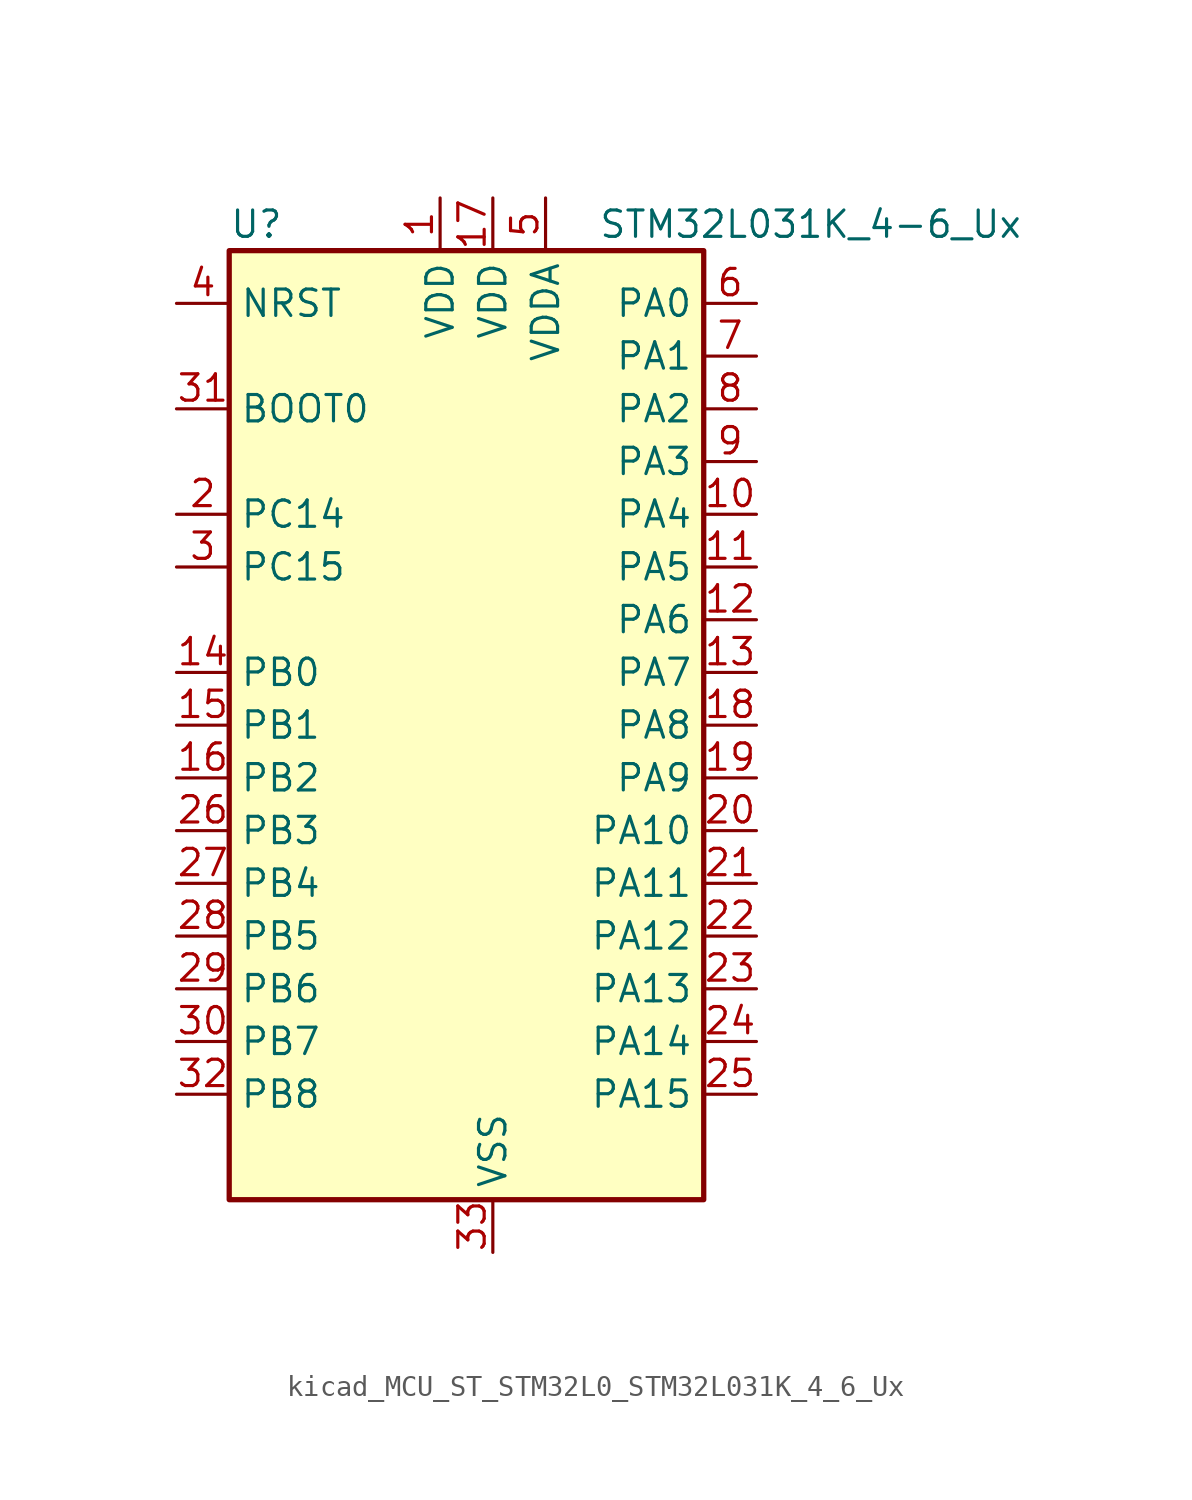
<source format=kicad_sym>
(kicad_symbol_lib
  (version 20220914)
  (generator kicad_symbol_editor)
  (symbol "kicad_MCU_ST_STM32L0_STM32L031K_4_6_Ux"
    (property "Reference" "U"
      (at -10.16 24.13 0)
      (effects (font (size 1.27 1.27)) (justify left)))
    (property "Value" "STM32L031K_4-6_Ux"
      (at 7.62 24.13 0)
      (effects (font (size 1.27 1.27)) (justify left)))
    (property "ki_locked" ""
      (at 0 0 0)
      (effects (font (size 1.27 1.27))))
    (symbol "kicad_MCU_ST_STM32L0_STM32L031K_4_6_Ux_0_1"
      (rectangle (start -10.16 -22.86) (end 12.7 22.86) (stroke (width 0.254) (type default)) (fill (type background))))
    (symbol "kicad_MCU_ST_STM32L0_STM32L031K_4_6_Ux_1_1"
      (pin power_in line (at 0 25.4 270) (length 2.54) (name "VDD" (effects (font (size 1.27 1.27)))) (number "1" (effects (font (size 1.27 1.27)))))
      (pin bidirectional line (at 15.24 10.16 180) (length 2.54) (name "PA4" (effects (font (size 1.27 1.27)))) (number "10" (effects (font (size 1.27 1.27)))) (alternate "ADC_IN4" bidirectional line) (alternate "COMP1_INM" bidirectional line) (alternate "COMP2_INM" bidirectional line) (alternate "LPTIM1_IN1" bidirectional line) (alternate "SPI1_NSS" bidirectional line) (alternate "TIM22_ETR" bidirectional line) (alternate "USART2_CK" bidirectional line))
      (pin bidirectional line (at 15.24 7.62 180) (length 2.54) (name "PA5" (effects (font (size 1.27 1.27)))) (number "11" (effects (font (size 1.27 1.27)))) (alternate "ADC_IN5" bidirectional line) (alternate "COMP1_INM" bidirectional line) (alternate "COMP2_INM" bidirectional line) (alternate "LPTIM1_IN2" bidirectional line) (alternate "SPI1_SCK" bidirectional line) (alternate "TIM2_CH1" bidirectional line) (alternate "TIM2_ETR" bidirectional line))
      (pin bidirectional line (at 15.24 5.08 180) (length 2.54) (name "PA6" (effects (font (size 1.27 1.27)))) (number "12" (effects (font (size 1.27 1.27)))) (alternate "ADC_IN6" bidirectional line) (alternate "COMP1_OUT" bidirectional line) (alternate "LPTIM1_ETR" bidirectional line) (alternate "LPUART1_CTS" bidirectional line) (alternate "SPI1_MISO" bidirectional line) (alternate "TIM22_CH1" bidirectional line))
      (pin bidirectional line (at 15.24 2.54 180) (length 2.54) (name "PA7" (effects (font (size 1.27 1.27)))) (number "13" (effects (font (size 1.27 1.27)))) (alternate "ADC_IN7" bidirectional line) (alternate "COMP2_OUT" bidirectional line) (alternate "LPTIM1_OUT" bidirectional line) (alternate "SPI1_MOSI" bidirectional line) (alternate "TIM22_CH2" bidirectional line) (alternate "USART2_CTS" bidirectional line))
      (pin bidirectional line (at -12.7 2.54 0) (length 2.54) (name "PB0" (effects (font (size 1.27 1.27)))) (number "14" (effects (font (size 1.27 1.27)))) (alternate "ADC_IN8" bidirectional line) (alternate "SPI1_MISO" bidirectional line) (alternate "SYS_VREF_OUT_PB0" bidirectional line) (alternate "TIM2_CH3" bidirectional line) (alternate "USART2_DE" bidirectional line) (alternate "USART2_RTS" bidirectional line))
      (pin bidirectional line (at -12.7 0 0) (length 2.54) (name "PB1" (effects (font (size 1.27 1.27)))) (number "15" (effects (font (size 1.27 1.27)))) (alternate "ADC_IN9" bidirectional line) (alternate "LPUART1_DE" bidirectional line) (alternate "LPUART1_RTS" bidirectional line) (alternate "SPI1_MOSI" bidirectional line) (alternate "SYS_VREF_OUT_PB1" bidirectional line) (alternate "TIM2_CH4" bidirectional line) (alternate "USART2_CK" bidirectional line))
      (pin bidirectional line (at -12.7 -2.54 0) (length 2.54) (name "PB2" (effects (font (size 1.27 1.27)))) (number "16" (effects (font (size 1.27 1.27)))) (alternate "LPTIM1_OUT" bidirectional line))
      (pin power_in line (at 2.54 25.4 270) (length 2.54) (name "VDD" (effects (font (size 1.27 1.27)))) (number "17" (effects (font (size 1.27 1.27)))))
      (pin bidirectional line (at 15.24 0 180) (length 2.54) (name "PA8" (effects (font (size 1.27 1.27)))) (number "18" (effects (font (size 1.27 1.27)))) (alternate "LPTIM1_IN1" bidirectional line) (alternate "RCC_MCO" bidirectional line) (alternate "TIM2_CH1" bidirectional line) (alternate "USART2_CK" bidirectional line))
      (pin bidirectional line (at 15.24 -2.54 180) (length 2.54) (name "PA9" (effects (font (size 1.27 1.27)))) (number "19" (effects (font (size 1.27 1.27)))) (alternate "I2C1_SCL" bidirectional line) (alternate "RCC_MCO" bidirectional line) (alternate "TIM22_CH1" bidirectional line) (alternate "USART2_TX" bidirectional line))
      (pin bidirectional line (at -12.7 10.16 0) (length 2.54) (name "PC14" (effects (font (size 1.27 1.27)))) (number "2" (effects (font (size 1.27 1.27)))) (alternate "RCC_OSC32_IN" bidirectional line))
      (pin bidirectional line (at 15.24 -5.08 180) (length 2.54) (name "PA10" (effects (font (size 1.27 1.27)))) (number "20" (effects (font (size 1.27 1.27)))) (alternate "I2C1_SDA" bidirectional line) (alternate "TIM22_CH2" bidirectional line) (alternate "USART2_RX" bidirectional line))
      (pin bidirectional line (at 15.24 -7.62 180) (length 2.54) (name "PA11" (effects (font (size 1.27 1.27)))) (number "21" (effects (font (size 1.27 1.27)))) (alternate "ADC_EXTI11" bidirectional line) (alternate "COMP1_OUT" bidirectional line) (alternate "SPI1_MISO" bidirectional line) (alternate "TIM21_CH2" bidirectional line) (alternate "USART2_CTS" bidirectional line))
      (pin bidirectional line (at 15.24 -10.16 180) (length 2.54) (name "PA12" (effects (font (size 1.27 1.27)))) (number "22" (effects (font (size 1.27 1.27)))) (alternate "COMP2_OUT" bidirectional line) (alternate "SPI1_MOSI" bidirectional line) (alternate "USART2_DE" bidirectional line) (alternate "USART2_RTS" bidirectional line))
      (pin bidirectional line (at 15.24 -12.7 180) (length 2.54) (name "PA13" (effects (font (size 1.27 1.27)))) (number "23" (effects (font (size 1.27 1.27)))) (alternate "LPTIM1_ETR" bidirectional line) (alternate "LPUART1_RX" bidirectional line) (alternate "SYS_SWDIO" bidirectional line))
      (pin bidirectional line (at 15.24 -15.24 180) (length 2.54) (name "PA14" (effects (font (size 1.27 1.27)))) (number "24" (effects (font (size 1.27 1.27)))) (alternate "I2C1_SMBA" bidirectional line) (alternate "LPTIM1_OUT" bidirectional line) (alternate "LPUART1_TX" bidirectional line) (alternate "SYS_SWCLK" bidirectional line) (alternate "USART2_TX" bidirectional line))
      (pin bidirectional line (at 15.24 -17.78 180) (length 2.54) (name "PA15" (effects (font (size 1.27 1.27)))) (number "25" (effects (font (size 1.27 1.27)))) (alternate "SPI1_NSS" bidirectional line) (alternate "TIM2_CH1" bidirectional line) (alternate "TIM2_ETR" bidirectional line) (alternate "USART2_RX" bidirectional line))
      (pin bidirectional line (at -12.7 -5.08 0) (length 2.54) (name "PB3" (effects (font (size 1.27 1.27)))) (number "26" (effects (font (size 1.27 1.27)))) (alternate "COMP2_INM" bidirectional line) (alternate "SPI1_SCK" bidirectional line) (alternate "TIM2_CH2" bidirectional line))
      (pin bidirectional line (at -12.7 -7.62 0) (length 2.54) (name "PB4" (effects (font (size 1.27 1.27)))) (number "27" (effects (font (size 1.27 1.27)))) (alternate "COMP2_INP" bidirectional line) (alternate "SPI1_MISO" bidirectional line) (alternate "TIM22_CH1" bidirectional line))
      (pin bidirectional line (at -12.7 -10.16 0) (length 2.54) (name "PB5" (effects (font (size 1.27 1.27)))) (number "28" (effects (font (size 1.27 1.27)))) (alternate "COMP2_INP" bidirectional line) (alternate "I2C1_SMBA" bidirectional line) (alternate "LPTIM1_IN1" bidirectional line) (alternate "SPI1_MOSI" bidirectional line) (alternate "TIM22_CH2" bidirectional line))
      (pin bidirectional line (at -12.7 -12.7 0) (length 2.54) (name "PB6" (effects (font (size 1.27 1.27)))) (number "29" (effects (font (size 1.27 1.27)))) (alternate "COMP2_INP" bidirectional line) (alternate "I2C1_SCL" bidirectional line) (alternate "LPTIM1_ETR" bidirectional line) (alternate "TIM21_CH1" bidirectional line) (alternate "USART2_TX" bidirectional line))
      (pin bidirectional line (at -12.7 7.62 0) (length 2.54) (name "PC15" (effects (font (size 1.27 1.27)))) (number "3" (effects (font (size 1.27 1.27)))) (alternate "RCC_OSC32_OUT" bidirectional line))
      (pin bidirectional line (at -12.7 -15.24 0) (length 2.54) (name "PB7" (effects (font (size 1.27 1.27)))) (number "30" (effects (font (size 1.27 1.27)))) (alternate "COMP2_INP" bidirectional line) (alternate "I2C1_SDA" bidirectional line) (alternate "LPTIM1_IN2" bidirectional line) (alternate "SYS_PVD_IN" bidirectional line) (alternate "USART2_RX" bidirectional line))
      (pin input line (at -12.7 15.24 0) (length 2.54) (name "BOOT0" (effects (font (size 1.27 1.27)))) (number "31" (effects (font (size 1.27 1.27)))))
      (pin bidirectional line (at -12.7 -17.78 0) (length 2.54) (name "PB8" (effects (font (size 1.27 1.27)))) (number "32" (effects (font (size 1.27 1.27)))) (alternate "I2C1_SCL" bidirectional line))
      (pin power_in line (at 2.54 -25.4 90) (length 2.54) (name "VSS" (effects (font (size 1.27 1.27)))) (number "33" (effects (font (size 1.27 1.27)))))
      (pin input line (at -12.7 20.32 0) (length 2.54) (name "NRST" (effects (font (size 1.27 1.27)))) (number "4" (effects (font (size 1.27 1.27)))))
      (pin power_in line (at 5.08 25.4 270) (length 2.54) (name "VDDA" (effects (font (size 1.27 1.27)))) (number "5" (effects (font (size 1.27 1.27)))))
      (pin bidirectional line (at 15.24 20.32 180) (length 2.54) (name "PA0" (effects (font (size 1.27 1.27)))) (number "6" (effects (font (size 1.27 1.27)))) (alternate "ADC_IN0" bidirectional line) (alternate "COMP1_INM" bidirectional line) (alternate "COMP1_OUT" bidirectional line) (alternate "LPTIM1_IN1" bidirectional line) (alternate "RCC_CK_IN" bidirectional line) (alternate "RTC_TAMP2" bidirectional line) (alternate "SYS_WKUP1" bidirectional line) (alternate "TIM2_CH1" bidirectional line) (alternate "TIM2_ETR" bidirectional line) (alternate "USART2_CTS" bidirectional line))
      (pin bidirectional line (at 15.24 17.78 180) (length 2.54) (name "PA1" (effects (font (size 1.27 1.27)))) (number "7" (effects (font (size 1.27 1.27)))) (alternate "ADC_IN1" bidirectional line) (alternate "COMP1_INP" bidirectional line) (alternate "I2C1_SMBA" bidirectional line) (alternate "LPTIM1_IN2" bidirectional line) (alternate "TIM21_ETR" bidirectional line) (alternate "TIM2_CH2" bidirectional line) (alternate "USART2_DE" bidirectional line) (alternate "USART2_RTS" bidirectional line))
      (pin bidirectional line (at 15.24 15.24 180) (length 2.54) (name "PA2" (effects (font (size 1.27 1.27)))) (number "8" (effects (font (size 1.27 1.27)))) (alternate "ADC_IN2" bidirectional line) (alternate "COMP2_INM" bidirectional line) (alternate "COMP2_OUT" bidirectional line) (alternate "LPUART1_TX" bidirectional line) (alternate "RTC_OUT_ALARM" bidirectional line) (alternate "RTC_OUT_CALIB" bidirectional line) (alternate "RTC_TAMP3" bidirectional line) (alternate "RTC_TS" bidirectional line) (alternate "SYS_WKUP3" bidirectional line) (alternate "TIM21_CH1" bidirectional line) (alternate "TIM2_CH3" bidirectional line) (alternate "USART2_TX" bidirectional line))
      (pin bidirectional line (at 15.24 12.7 180) (length 2.54) (name "PA3" (effects (font (size 1.27 1.27)))) (number "9" (effects (font (size 1.27 1.27)))) (alternate "ADC_IN3" bidirectional line) (alternate "COMP2_INP" bidirectional line) (alternate "LPUART1_RX" bidirectional line) (alternate "TIM21_CH2" bidirectional line) (alternate "TIM2_CH4" bidirectional line) (alternate "USART2_RX" bidirectional line)))))
</source>
